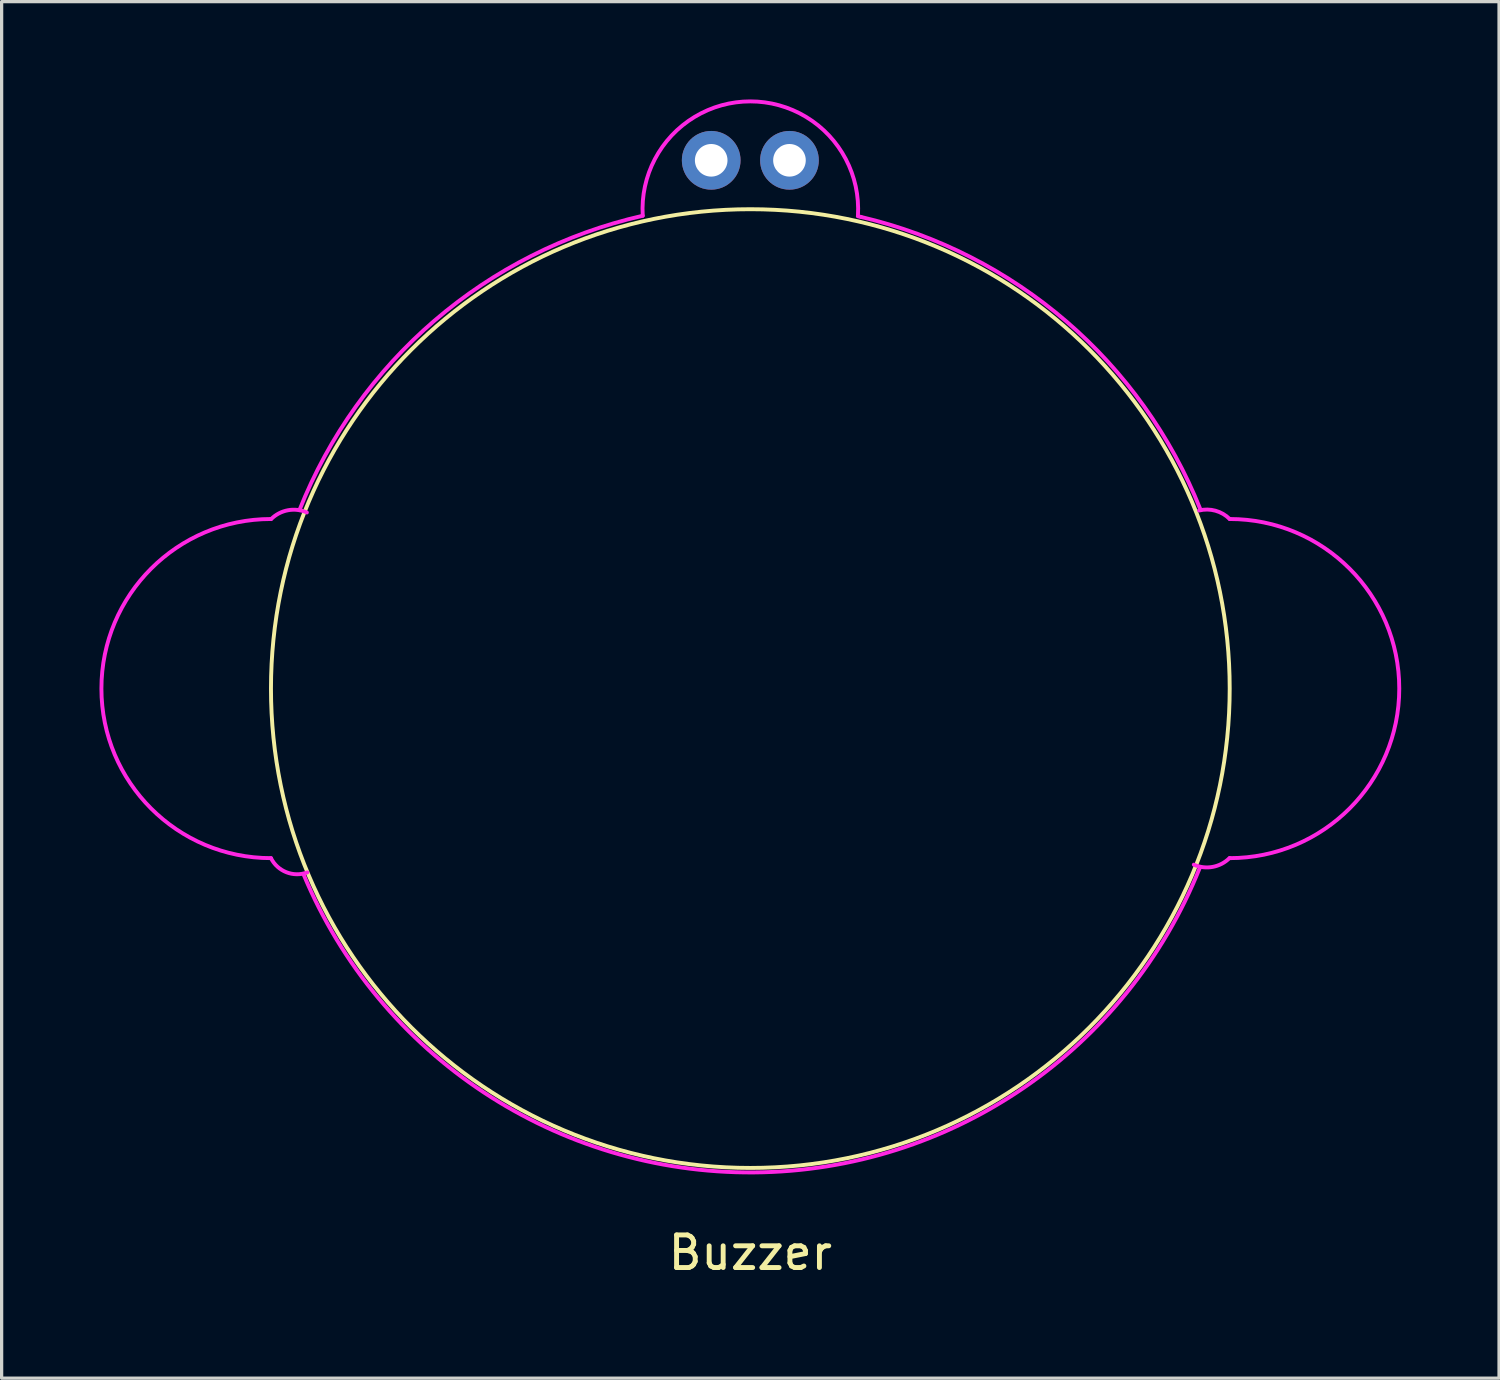
<source format=kicad_pcb>
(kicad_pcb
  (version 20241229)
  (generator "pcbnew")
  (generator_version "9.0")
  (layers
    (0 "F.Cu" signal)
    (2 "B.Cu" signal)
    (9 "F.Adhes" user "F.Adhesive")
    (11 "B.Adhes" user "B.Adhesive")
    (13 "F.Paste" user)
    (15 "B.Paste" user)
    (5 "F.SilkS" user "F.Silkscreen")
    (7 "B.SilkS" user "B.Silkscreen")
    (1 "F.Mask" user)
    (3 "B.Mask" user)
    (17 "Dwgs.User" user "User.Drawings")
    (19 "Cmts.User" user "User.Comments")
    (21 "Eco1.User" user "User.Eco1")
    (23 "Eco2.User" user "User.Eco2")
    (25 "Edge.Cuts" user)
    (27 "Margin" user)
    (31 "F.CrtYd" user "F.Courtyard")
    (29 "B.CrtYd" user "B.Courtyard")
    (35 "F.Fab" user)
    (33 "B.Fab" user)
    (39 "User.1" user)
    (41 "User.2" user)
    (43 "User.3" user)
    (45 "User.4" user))
  (footprint "Buzzer"
    (layer "F.Cu")
    (at 19.96 18.066)
    (property "Reference" "Buzzer" (at 0 17.3 0) (layer "F.SilkS") (effects (font (size 1 1) (thickness 0.15))))
    (attr through_hole)
    (fp_circle (center 0 0) (end 14.7 0.1) (stroke (width 0.12) (type solid)) (fill no) (layer "F.SilkS"))
    (fp_arc (start -14.7 5.2) (mid -19.9 0) (end -14.7 -5.2) (stroke (width 0.12) (type solid)) (layer "F.CrtYd"))
    (fp_arc (start -14.696419 -5.196418) (mid -14.179799 -5.468334) (end -13.600001 -5.399999) (stroke (width 0.12) (type solid)) (layer "F.CrtYd"))
    (fp_arc (start -13.827654 -5.471375) (mid -9.680813 -11.288128) (end -3.299999 -14.499999) (stroke (width 0.12) (type solid)) (layer "F.CrtYd"))
    (fp_arc (start -13.585947 5.637477) (mid -14.226929 5.632535) (end -14.699999 5.199999) (stroke (width 0.12) (type solid)) (layer "F.CrtYd"))
    (fp_arc (start -3.299999 -14.499999) (mid -0.000001 -18.006054) (end 3.299999 -14.500001) (stroke (width 0.12) (type solid)) (layer "F.CrtYd"))
    (fp_arc (start 3.296639 -14.485237) (mid 3.344039 -14.474368) (end 3.391404 -14.463343) (stroke (width 0.12) (type solid)) (layer "F.CrtYd"))
    (fp_arc (start 3.391405 -14.463344) (mid 9.693889 -11.25693) (end 13.799999 -5.499999) (stroke (width 0.12) (type solid)) (layer "F.CrtYd"))
    (fp_arc (start 13.759902 -5.460391) (mid 14.26425 -5.454028) (end 14.699999 -5.199999) (stroke (width 0.12) (type solid)) (layer "F.CrtYd"))
    (fp_arc (start 13.784044 5.493641) (mid 0.111408 14.838044) (end -13.699999 5.699999) (stroke (width 0.12) (type solid)) (layer "F.CrtYd"))
    (fp_arc (start 14.696419 5.196418) (mid 14.179799 5.468334) (end 13.600001 5.399999) (stroke (width 0.12) (type solid)) (layer "F.CrtYd"))
    (fp_arc (start 14.7 -5.2) (mid 19.9 0) (end 14.7 5.2) (stroke (width 0.12) (type solid)) (layer "F.CrtYd"))
    (pad "1" thru_hole circle (at -1.2 -16.2) (size 1.8 1.8) (drill 1) (layers "*.Cu" "*.Mask"))
    (pad "2" thru_hole circle (at 1.2 -16.2) (size 1.8 1.8) (drill 1) (layers "*.Cu" "*.Mask")))
  (gr_rect
    (start -3 -3)
    (end 42.92 39.214)
    (stroke (width 0.1) (type default))
    (fill no)
    (layer "Edge.Cuts")))
</source>
